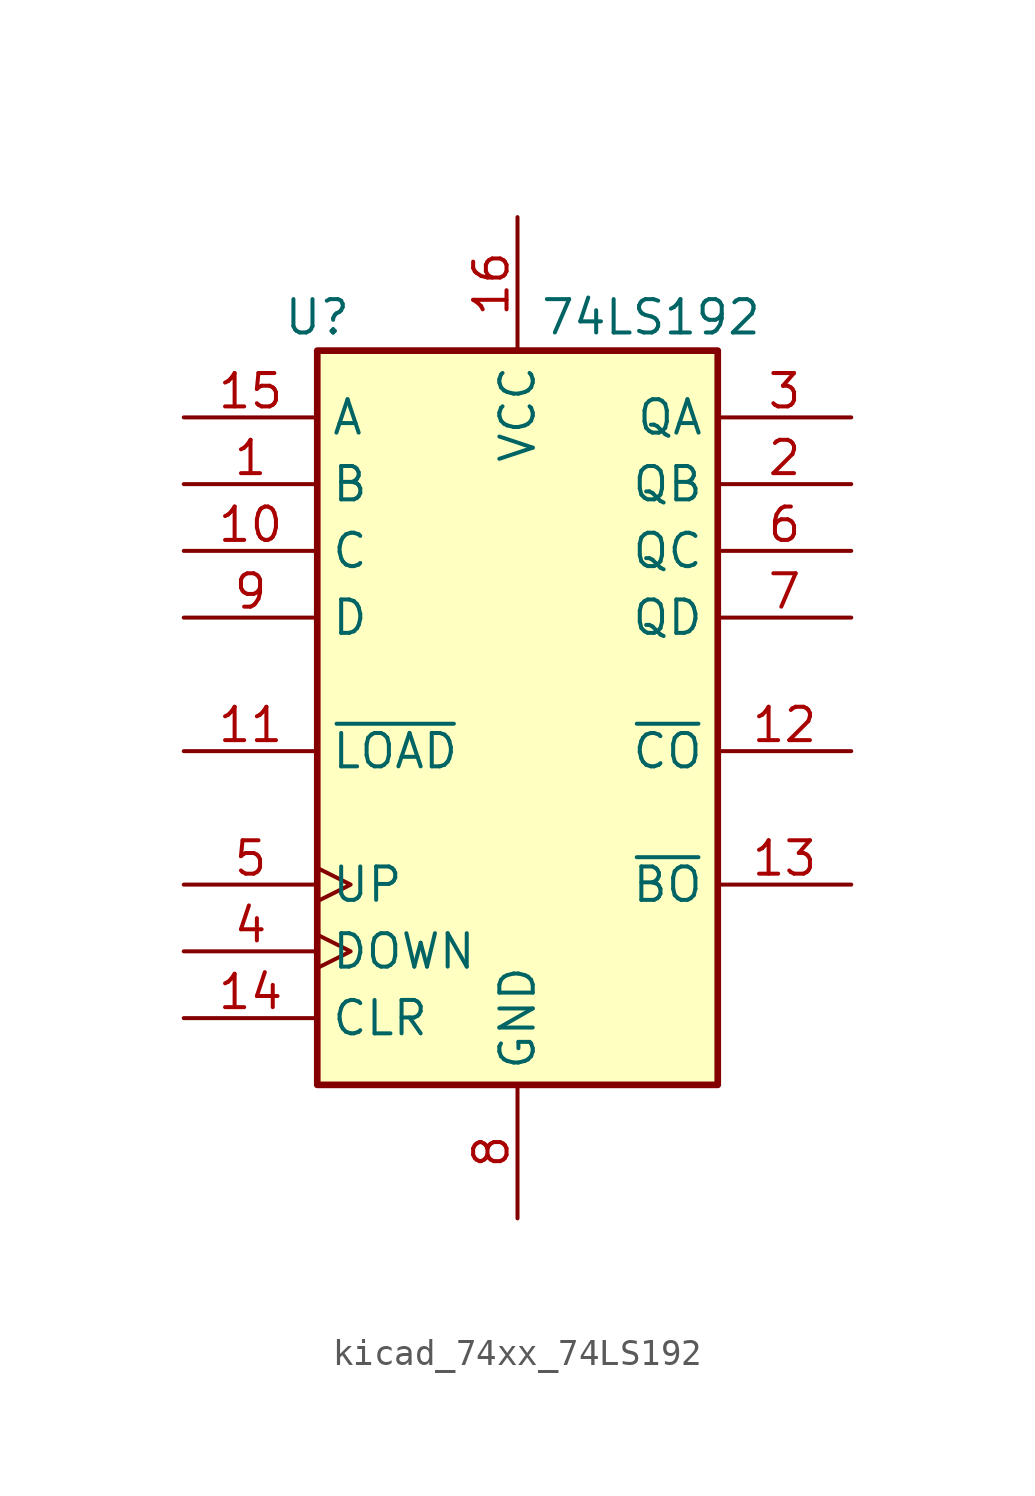
<source format=kicad_sym>
(kicad_symbol_lib
  (version 20220914)
  (generator kicad_symbol_editor)
  (symbol "kicad_74xx_74LS192"
    (property "Reference" "U"
      (at -7.62 13.97 0)
      (effects (font (size 1.27 1.27))))
    (property "Value" "74LS192"
      (at 5.08 13.97 0)
      (effects (font (size 1.27 1.27))))
    (symbol "kicad_74xx_74LS192_1_0"
      (pin input line (at -12.7 7.62 0) (length 5.08) (name "B" (effects (font (size 1.27 1.27)))) (number "1" (effects (font (size 1.27 1.27)))))
      (pin input line (at -12.7 5.08 0) (length 5.08) (name "C" (effects (font (size 1.27 1.27)))) (number "10" (effects (font (size 1.27 1.27)))))
      (pin input line (at -12.7 -2.54 0) (length 5.08) (name "~{LOAD}" (effects (font (size 1.27 1.27)))) (number "11" (effects (font (size 1.27 1.27)))))
      (pin output line (at 12.7 -2.54 180) (length 5.08) (name "~{CO}" (effects (font (size 1.27 1.27)))) (number "12" (effects (font (size 1.27 1.27)))))
      (pin output line (at 12.7 -7.62 180) (length 5.08) (name "~{BO}" (effects (font (size 1.27 1.27)))) (number "13" (effects (font (size 1.27 1.27)))))
      (pin input line (at -12.7 -12.7 0) (length 5.08) (name "CLR" (effects (font (size 1.27 1.27)))) (number "14" (effects (font (size 1.27 1.27)))))
      (pin input line (at -12.7 10.16 0) (length 5.08) (name "A" (effects (font (size 1.27 1.27)))) (number "15" (effects (font (size 1.27 1.27)))))
      (pin power_in line (at 0 17.78 270) (length 5.08) (name "VCC" (effects (font (size 1.27 1.27)))) (number "16" (effects (font (size 1.27 1.27)))))
      (pin output line (at 12.7 7.62 180) (length 5.08) (name "QB" (effects (font (size 1.27 1.27)))) (number "2" (effects (font (size 1.27 1.27)))))
      (pin output line (at 12.7 10.16 180) (length 5.08) (name "QA" (effects (font (size 1.27 1.27)))) (number "3" (effects (font (size 1.27 1.27)))))
      (pin input clock (at -12.7 -10.16 0) (length 5.08) (name "DOWN" (effects (font (size 1.27 1.27)))) (number "4" (effects (font (size 1.27 1.27)))))
      (pin input clock (at -12.7 -7.62 0) (length 5.08) (name "UP" (effects (font (size 1.27 1.27)))) (number "5" (effects (font (size 1.27 1.27)))))
      (pin output line (at 12.7 5.08 180) (length 5.08) (name "QC" (effects (font (size 1.27 1.27)))) (number "6" (effects (font (size 1.27 1.27)))))
      (pin output line (at 12.7 2.54 180) (length 5.08) (name "QD" (effects (font (size 1.27 1.27)))) (number "7" (effects (font (size 1.27 1.27)))))
      (pin power_in line (at 0 -20.32 90) (length 5.08) (name "GND" (effects (font (size 1.27 1.27)))) (number "8" (effects (font (size 1.27 1.27)))))
      (pin input line (at -12.7 2.54 0) (length 5.08) (name "D" (effects (font (size 1.27 1.27)))) (number "9" (effects (font (size 1.27 1.27))))))
    (symbol "kicad_74xx_74LS192_1_1"
      (rectangle (start -7.62 12.7) (end 7.62 -15.24) (stroke (width 0.254) (type default)) (fill (type background))))))
</source>
